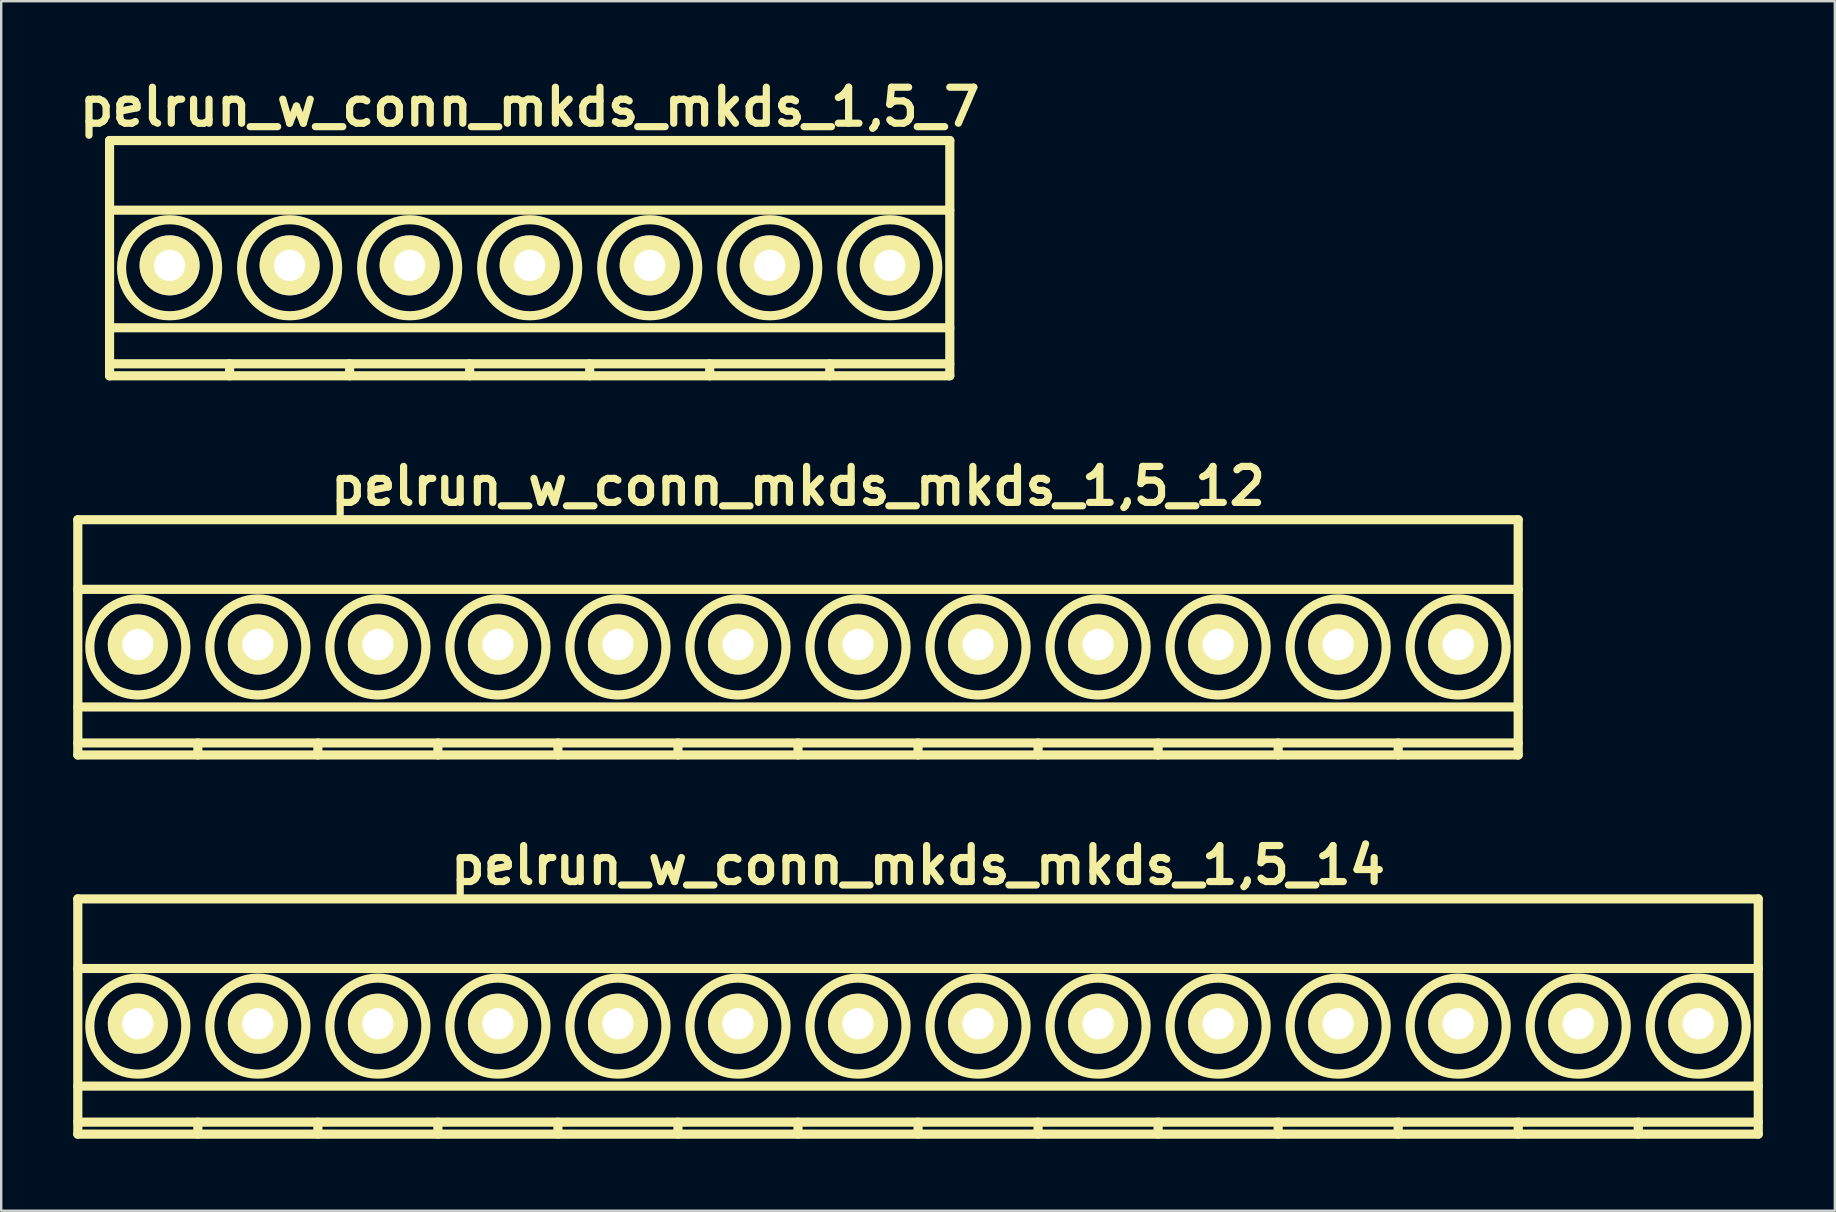
<source format=kicad_pcb>
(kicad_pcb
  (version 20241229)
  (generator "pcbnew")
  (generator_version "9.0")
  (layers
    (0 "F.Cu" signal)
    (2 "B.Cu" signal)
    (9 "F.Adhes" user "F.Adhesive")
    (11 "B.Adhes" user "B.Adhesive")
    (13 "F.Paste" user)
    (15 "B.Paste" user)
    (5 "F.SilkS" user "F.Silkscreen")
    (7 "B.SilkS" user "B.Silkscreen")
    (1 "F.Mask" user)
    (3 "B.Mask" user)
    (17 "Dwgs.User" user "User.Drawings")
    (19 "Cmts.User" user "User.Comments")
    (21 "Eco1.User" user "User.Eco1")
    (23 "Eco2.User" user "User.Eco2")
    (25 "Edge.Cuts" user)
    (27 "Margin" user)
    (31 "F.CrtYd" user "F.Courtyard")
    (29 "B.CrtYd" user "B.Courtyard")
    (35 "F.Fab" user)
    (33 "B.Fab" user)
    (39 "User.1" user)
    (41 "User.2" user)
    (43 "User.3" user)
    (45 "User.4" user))
  (footprint "pelrun_w_conn_mkds_mkds_1,5_7"
    (layer "F.Cu")
    (at 19.014 8.004)
    (property "Reference" "pelrun_w_conn_mkds_mkds_1,5_7" (at 0 -6.6 0) (layer "F.SilkS") (effects (font (size 1.5 1.5) (thickness 0.3))))
    (attr through_hole)
    (fp_line (start -17.5 -5.2) (end -17.5 4.6) (stroke (width 0.381) (type solid)) (layer "F.SilkS"))
    (fp_line (start -17.5 -2.3) (end 17.5 -2.3) (stroke (width 0.381) (type solid)) (layer "F.SilkS"))
    (fp_line (start -17.5 2.6) (end 17.5 2.6) (stroke (width 0.381) (type solid)) (layer "F.SilkS"))
    (fp_line (start -17.5 4.1) (end 17.5 4.1) (stroke (width 0.381) (type solid)) (layer "F.SilkS"))
    (fp_line (start -17.5 4.6) (end 17.5 4.6) (stroke (width 0.381) (type solid)) (layer "F.SilkS"))
    (fp_line (start -12.5 4.1) (end -12.5 4.6) (stroke (width 0.381) (type solid)) (layer "F.SilkS"))
    (fp_line (start -7.5 4.1) (end -7.5 4.6) (stroke (width 0.381) (type solid)) (layer "F.SilkS"))
    (fp_line (start -2.5 4.1) (end -2.5 4.6) (stroke (width 0.381) (type solid)) (layer "F.SilkS"))
    (fp_line (start 2.5 4.1) (end 2.5 4.6) (stroke (width 0.381) (type solid)) (layer "F.SilkS"))
    (fp_line (start 7.5 4.1) (end 7.5 4.6) (stroke (width 0.381) (type solid)) (layer "F.SilkS"))
    (fp_line (start 12.5 4.1) (end 12.5 4.6) (stroke (width 0.381) (type solid)) (layer "F.SilkS"))
    (fp_line (start 17.5 -5.2) (end -17.5 -5.2) (stroke (width 0.381) (type solid)) (layer "F.SilkS"))
    (fp_line (start 17.5 4.6) (end 17.5 -5.2) (stroke (width 0.381) (type solid)) (layer "F.SilkS"))
    (fp_circle (center -15 0.1) (end -13 0.1) (stroke (width 0.381) (type solid)) (fill no) (layer "F.SilkS"))
    (fp_circle (center -10 0.1) (end -12 0.1) (stroke (width 0.381) (type solid)) (fill no) (layer "F.SilkS"))
    (fp_circle (center -5 0.1) (end -7 0.1) (stroke (width 0.381) (type solid)) (fill no) (layer "F.SilkS"))
    (fp_circle (center 0 0.1) (end -2 0.1) (stroke (width 0.381) (type solid)) (fill no) (layer "F.SilkS"))
    (fp_circle (center 5 0.1) (end 3 0.1) (stroke (width 0.381) (type solid)) (fill no) (layer "F.SilkS"))
    (fp_circle (center 10 0.1) (end 8 0.1) (stroke (width 0.381) (type solid)) (fill no) (layer "F.SilkS"))
    (fp_circle (center 15 0.1) (end 13 0.1) (stroke (width 0.381) (type solid)) (fill no) (layer "F.SilkS"))
    (pad "1" thru_hole circle (at -15 0) (size 2.5 2.5) (drill 1.3) (layers "*.Cu" "*.Mask" "F.SilkS"))
    (pad "2" thru_hole circle (at -10 0) (size 2.5 2.5) (drill 1.3) (layers "*.Cu" "*.Mask" "F.SilkS"))
    (pad "3" thru_hole circle (at -5 0) (size 2.5 2.5) (drill 1.3) (layers "*.Cu" "*.Mask" "F.SilkS"))
    (pad "4" thru_hole circle (at 0 0) (size 2.5 2.5) (drill 1.3) (layers "*.Cu" "*.Mask" "F.SilkS"))
    (pad "5" thru_hole circle (at 5 0) (size 2.5 2.5) (drill 1.3) (layers "*.Cu" "*.Mask" "F.SilkS"))
    (pad "6" thru_hole circle (at 10 0) (size 2.5 2.5) (drill 1.3) (layers "*.Cu" "*.Mask" "F.SilkS"))
    (pad "7" thru_hole circle (at 15 0) (size 2.5 2.5) (drill 1.3) (layers "*.Cu" "*.Mask" "F.SilkS")))
  (footprint "pelrun_w_conn_mkds_mkds_1,5_12"
    (layer "F.Cu")
    (at 30.191 23.799)
    (property "Reference" "pelrun_w_conn_mkds_mkds_1,5_12" (at 0 -6.6 0) (layer "F.SilkS") (effects (font (size 1.5 1.5) (thickness 0.3))))
    (attr through_hole)
    (fp_line (start -30 -5.2) (end -30 4.6) (stroke (width 0.381) (type solid)) (layer "F.SilkS"))
    (fp_line (start -30 -2.3) (end 30 -2.3) (stroke (width 0.381) (type solid)) (layer "F.SilkS"))
    (fp_line (start -30 2.6) (end 30 2.6) (stroke (width 0.381) (type solid)) (layer "F.SilkS"))
    (fp_line (start -30 4.1) (end 30 4.1) (stroke (width 0.381) (type solid)) (layer "F.SilkS"))
    (fp_line (start -30 4.6) (end 30 4.6) (stroke (width 0.381) (type solid)) (layer "F.SilkS"))
    (fp_line (start -25 4.1) (end -25 4.6) (stroke (width 0.381) (type solid)) (layer "F.SilkS"))
    (fp_line (start -20 4.1) (end -20 4.6) (stroke (width 0.381) (type solid)) (layer "F.SilkS"))
    (fp_line (start -15 4.1) (end -15 4.6) (stroke (width 0.381) (type solid)) (layer "F.SilkS"))
    (fp_line (start -10 4.1) (end -10 4.6) (stroke (width 0.381) (type solid)) (layer "F.SilkS"))
    (fp_line (start -5 4.1) (end -5 4.6) (stroke (width 0.381) (type solid)) (layer "F.SilkS"))
    (fp_line (start 0 4.1) (end 0 4.6) (stroke (width 0.381) (type solid)) (layer "F.SilkS"))
    (fp_line (start 5 4.1) (end 5 4.6) (stroke (width 0.381) (type solid)) (layer "F.SilkS"))
    (fp_line (start 10 4.1) (end 10 4.6) (stroke (width 0.381) (type solid)) (layer "F.SilkS"))
    (fp_line (start 15 4.1) (end 15 4.6) (stroke (width 0.381) (type solid)) (layer "F.SilkS"))
    (fp_line (start 20 4.1) (end 20 4.6) (stroke (width 0.381) (type solid)) (layer "F.SilkS"))
    (fp_line (start 25 4.1) (end 25 4.6) (stroke (width 0.381) (type solid)) (layer "F.SilkS"))
    (fp_line (start 30 -5.2) (end -30 -5.2) (stroke (width 0.381) (type solid)) (layer "F.SilkS"))
    (fp_line (start 30 4.6) (end 30 -5.2) (stroke (width 0.381) (type solid)) (layer "F.SilkS"))
    (fp_circle (center -27.5 0.1) (end -25.5 0.1) (stroke (width 0.381) (type solid)) (fill no) (layer "F.SilkS"))
    (fp_circle (center -22.5 0.1) (end -24.5 0.1) (stroke (width 0.381) (type solid)) (fill no) (layer "F.SilkS"))
    (fp_circle (center -17.5 0.1) (end -19.5 0.1) (stroke (width 0.381) (type solid)) (fill no) (layer "F.SilkS"))
    (fp_circle (center -12.5 0.1) (end -14.5 0.1) (stroke (width 0.381) (type solid)) (fill no) (layer "F.SilkS"))
    (fp_circle (center -7.5 0.1) (end -9.5 0.1) (stroke (width 0.381) (type solid)) (fill no) (layer "F.SilkS"))
    (fp_circle (center -2.5 0.1) (end -4.5 0.1) (stroke (width 0.381) (type solid)) (fill no) (layer "F.SilkS"))
    (fp_circle (center 2.5 0.1) (end 0.5 0.1) (stroke (width 0.381) (type solid)) (fill no) (layer "F.SilkS"))
    (fp_circle (center 7.5 0.1) (end 5.5 0.1) (stroke (width 0.381) (type solid)) (fill no) (layer "F.SilkS"))
    (fp_circle (center 12.5 0.1) (end 10.5 0.1) (stroke (width 0.381) (type solid)) (fill no) (layer "F.SilkS"))
    (fp_circle (center 17.5 0.1) (end 15.5 0.1) (stroke (width 0.381) (type solid)) (fill no) (layer "F.SilkS"))
    (fp_circle (center 22.5 0.1) (end 20.5 0.1) (stroke (width 0.381) (type solid)) (fill no) (layer "F.SilkS"))
    (fp_circle (center 27.5 0.1) (end 25.5 0.1) (stroke (width 0.381) (type solid)) (fill no) (layer "F.SilkS"))
    (pad "1" thru_hole circle (at -27.5 0) (size 2.5 2.5) (drill 1.3) (layers "*.Cu" "*.Mask" "F.SilkS"))
    (pad "2" thru_hole circle (at -22.5 0) (size 2.5 2.5) (drill 1.3) (layers "*.Cu" "*.Mask" "F.SilkS"))
    (pad "3" thru_hole circle (at -17.5 0) (size 2.5 2.5) (drill 1.3) (layers "*.Cu" "*.Mask" "F.SilkS"))
    (pad "4" thru_hole circle (at -12.5 0) (size 2.5 2.5) (drill 1.3) (layers "*.Cu" "*.Mask" "F.SilkS"))
    (pad "5" thru_hole circle (at -7.5 0) (size 2.5 2.5) (drill 1.3) (layers "*.Cu" "*.Mask" "F.SilkS"))
    (pad "6" thru_hole circle (at -2.5 0) (size 2.5 2.5) (drill 1.3) (layers "*.Cu" "*.Mask" "F.SilkS"))
    (pad "7" thru_hole circle (at 2.5 0) (size 2.5 2.5) (drill 1.3) (layers "*.Cu" "*.Mask" "F.SilkS"))
    (pad "8" thru_hole circle (at 7.5 0) (size 2.5 2.5) (drill 1.3) (layers "*.Cu" "*.Mask" "F.SilkS"))
    (pad "9" thru_hole circle (at 12.5 0) (size 2.5 2.5) (drill 1.3) (layers "*.Cu" "*.Mask" "F.SilkS"))
    (pad "10" thru_hole circle (at 17.5 0) (size 2.5 2.5) (drill 1.3) (layers "*.Cu" "*.Mask" "F.SilkS"))
    (pad "11" thru_hole circle (at 22.5 0) (size 2.5 2.5) (drill 1.3) (layers "*.Cu" "*.Mask" "F.SilkS"))
    (pad "12" thru_hole circle (at 27.5 0) (size 2.5 2.5) (drill 1.3) (layers "*.Cu" "*.Mask" "F.SilkS")))
  (footprint "pelrun_w_conn_mkds_mkds_1,5_14"
    (layer "F.Cu")
    (at 35.191 39.593)
    (property "Reference" "pelrun_w_conn_mkds_mkds_1,5_14" (at 0 -6.6 0) (layer "F.SilkS") (effects (font (size 1.5 1.5) (thickness 0.3))))
    (attr through_hole)
    (fp_line (start -35 -5.2) (end -35 4.6) (stroke (width 0.381) (type solid)) (layer "F.SilkS"))
    (fp_line (start -35 -2.3) (end 35 -2.3) (stroke (width 0.381) (type solid)) (layer "F.SilkS"))
    (fp_line (start -35 2.6) (end 35 2.6) (stroke (width 0.381) (type solid)) (layer "F.SilkS"))
    (fp_line (start -35 4.1) (end 35 4.1) (stroke (width 0.381) (type solid)) (layer "F.SilkS"))
    (fp_line (start -35 4.6) (end 35 4.6) (stroke (width 0.381) (type solid)) (layer "F.SilkS"))
    (fp_line (start -30 4.1) (end -30 4.6) (stroke (width 0.381) (type solid)) (layer "F.SilkS"))
    (fp_line (start -25 4.1) (end -25 4.6) (stroke (width 0.381) (type solid)) (layer "F.SilkS"))
    (fp_line (start -20 4.1) (end -20 4.6) (stroke (width 0.381) (type solid)) (layer "F.SilkS"))
    (fp_line (start -15 4.1) (end -15 4.6) (stroke (width 0.381) (type solid)) (layer "F.SilkS"))
    (fp_line (start -10 4.1) (end -10 4.6) (stroke (width 0.381) (type solid)) (layer "F.SilkS"))
    (fp_line (start -5 4.1) (end -5 4.6) (stroke (width 0.381) (type solid)) (layer "F.SilkS"))
    (fp_line (start 0 4.1) (end 0 4.6) (stroke (width 0.381) (type solid)) (layer "F.SilkS"))
    (fp_line (start 5 4.1) (end 5 4.6) (stroke (width 0.381) (type solid)) (layer "F.SilkS"))
    (fp_line (start 10 4.1) (end 10 4.6) (stroke (width 0.381) (type solid)) (layer "F.SilkS"))
    (fp_line (start 15 4.1) (end 15 4.6) (stroke (width 0.381) (type solid)) (layer "F.SilkS"))
    (fp_line (start 20 4.1) (end 20 4.6) (stroke (width 0.381) (type solid)) (layer "F.SilkS"))
    (fp_line (start 25 4.1) (end 25 4.6) (stroke (width 0.381) (type solid)) (layer "F.SilkS"))
    (fp_line (start 30 4.1) (end 30 4.6) (stroke (width 0.381) (type solid)) (layer "F.SilkS"))
    (fp_line (start 35 -5.2) (end -35 -5.2) (stroke (width 0.381) (type solid)) (layer "F.SilkS"))
    (fp_line (start 35 4.6) (end 35 -5.2) (stroke (width 0.381) (type solid)) (layer "F.SilkS"))
    (fp_circle (center -32.5 0.1) (end -30.5 0.1) (stroke (width 0.381) (type solid)) (fill no) (layer "F.SilkS"))
    (fp_circle (center -27.5 0.1) (end -29.5 0.1) (stroke (width 0.381) (type solid)) (fill no) (layer "F.SilkS"))
    (fp_circle (center -22.5 0.1) (end -24.5 0.1) (stroke (width 0.381) (type solid)) (fill no) (layer "F.SilkS"))
    (fp_circle (center -17.5 0.1) (end -19.5 0.1) (stroke (width 0.381) (type solid)) (fill no) (layer "F.SilkS"))
    (fp_circle (center -12.5 0.1) (end -14.5 0.1) (stroke (width 0.381) (type solid)) (fill no) (layer "F.SilkS"))
    (fp_circle (center -7.5 0.1) (end -9.5 0.1) (stroke (width 0.381) (type solid)) (fill no) (layer "F.SilkS"))
    (fp_circle (center -2.5 0.1) (end -4.5 0.1) (stroke (width 0.381) (type solid)) (fill no) (layer "F.SilkS"))
    (fp_circle (center 2.5 0.1) (end 0.5 0.1) (stroke (width 0.381) (type solid)) (fill no) (layer "F.SilkS"))
    (fp_circle (center 7.5 0.1) (end 5.5 0.1) (stroke (width 0.381) (type solid)) (fill no) (layer "F.SilkS"))
    (fp_circle (center 12.5 0.1) (end 10.5 0.1) (stroke (width 0.381) (type solid)) (fill no) (layer "F.SilkS"))
    (fp_circle (center 17.5 0.1) (end 15.5 0.1) (stroke (width 0.381) (type solid)) (fill no) (layer "F.SilkS"))
    (fp_circle (center 22.5 0.1) (end 20.5 0.1) (stroke (width 0.381) (type solid)) (fill no) (layer "F.SilkS"))
    (fp_circle (center 27.5 0.1) (end 25.5 0.1) (stroke (width 0.381) (type solid)) (fill no) (layer "F.SilkS"))
    (fp_circle (center 32.5 0.1) (end 30.5 0.1) (stroke (width 0.381) (type solid)) (fill no) (layer "F.SilkS"))
    (pad "1" thru_hole circle (at -32.5 0) (size 2.5 2.5) (drill 1.3) (layers "*.Cu" "*.Mask" "F.SilkS"))
    (pad "2" thru_hole circle (at -27.5 0) (size 2.5 2.5) (drill 1.3) (layers "*.Cu" "*.Mask" "F.SilkS"))
    (pad "3" thru_hole circle (at -22.5 0) (size 2.5 2.5) (drill 1.3) (layers "*.Cu" "*.Mask" "F.SilkS"))
    (pad "4" thru_hole circle (at -17.5 0) (size 2.5 2.5) (drill 1.3) (layers "*.Cu" "*.Mask" "F.SilkS"))
    (pad "5" thru_hole circle (at -12.5 0) (size 2.5 2.5) (drill 1.3) (layers "*.Cu" "*.Mask" "F.SilkS"))
    (pad "6" thru_hole circle (at -7.5 0) (size 2.5 2.5) (drill 1.3) (layers "*.Cu" "*.Mask" "F.SilkS"))
    (pad "7" thru_hole circle (at -2.5 0) (size 2.5 2.5) (drill 1.3) (layers "*.Cu" "*.Mask" "F.SilkS"))
    (pad "8" thru_hole circle (at 2.5 0) (size 2.5 2.5) (drill 1.3) (layers "*.Cu" "*.Mask" "F.SilkS"))
    (pad "9" thru_hole circle (at 7.5 0) (size 2.5 2.5) (drill 1.3) (layers "*.Cu" "*.Mask" "F.SilkS"))
    (pad "10" thru_hole circle (at 12.5 0) (size 2.5 2.5) (drill 1.3) (layers "*.Cu" "*.Mask" "F.SilkS"))
    (pad "11" thru_hole circle (at 17.5 0) (size 2.5 2.5) (drill 1.3) (layers "*.Cu" "*.Mask" "F.SilkS"))
    (pad "12" thru_hole circle (at 22.5 0) (size 2.5 2.5) (drill 1.3) (layers "*.Cu" "*.Mask" "F.SilkS"))
    (pad "13" thru_hole circle (at 27.5 0) (size 2.5 2.5) (drill 1.3) (layers "*.Cu" "*.Mask" "F.SilkS"))
    (pad "14" thru_hole circle (at 32.5 0) (size 2.5 2.5) (drill 1.3) (layers "*.Cu" "*.Mask" "F.SilkS")))
  (gr_rect
    (start -3 -3)
    (end 73.381 47.383)
    (stroke (width 0.1) (type default))
    (fill no)
    (layer "Edge.Cuts")))
</source>
